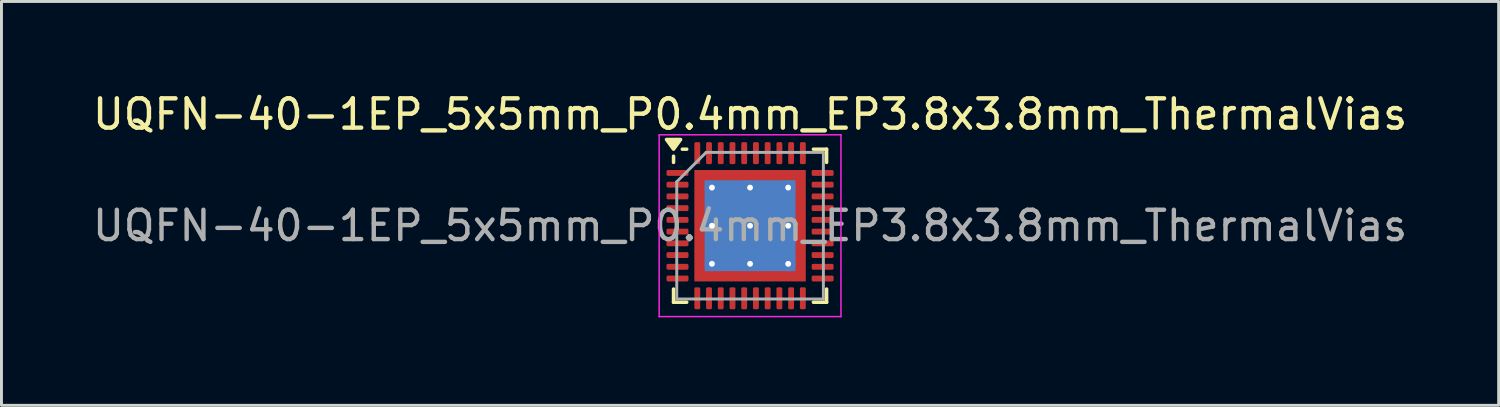
<source format=kicad_pcb>
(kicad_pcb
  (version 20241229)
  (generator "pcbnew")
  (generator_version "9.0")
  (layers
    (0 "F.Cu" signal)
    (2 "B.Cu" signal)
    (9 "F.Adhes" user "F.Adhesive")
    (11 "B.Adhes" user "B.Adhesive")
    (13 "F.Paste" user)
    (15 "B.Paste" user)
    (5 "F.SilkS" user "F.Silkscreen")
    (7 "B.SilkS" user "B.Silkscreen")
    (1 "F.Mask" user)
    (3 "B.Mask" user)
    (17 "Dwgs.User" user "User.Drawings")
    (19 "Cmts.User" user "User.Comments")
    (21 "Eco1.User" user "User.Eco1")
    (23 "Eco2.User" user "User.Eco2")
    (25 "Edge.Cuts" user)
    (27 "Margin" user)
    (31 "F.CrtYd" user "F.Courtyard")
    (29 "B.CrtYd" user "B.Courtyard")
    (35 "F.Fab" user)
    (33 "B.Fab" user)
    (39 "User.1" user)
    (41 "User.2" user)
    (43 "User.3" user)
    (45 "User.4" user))
  (footprint "UQFN-40-1EP_5x5mm_P0.4mm_EP3.8x3.8mm_ThermalVias"
    (layer "F.Cu")
    (at 22.53 4.648)
    (property "Reference" "UQFN-40-1EP_5x5mm_P0.4mm_EP3.8x3.8mm_ThermalVias" (at 0 -3.8 0) (layer "F.SilkS") (effects (font (size 1 1) (thickness 0.15))))
    (attr smd)
    (fp_line (start -2.61 -2.16) (end -2.61 -2.37) (stroke (width 0.12) (type solid)) (layer "F.SilkS"))
    (fp_line (start -2.61 2.61) (end -2.61 2.16) (stroke (width 0.12) (type solid)) (layer "F.SilkS"))
    (fp_line (start -2.16 -2.61) (end -2.31 -2.61) (stroke (width 0.12) (type solid)) (layer "F.SilkS"))
    (fp_line (start -2.16 2.61) (end -2.61 2.61) (stroke (width 0.12) (type solid)) (layer "F.SilkS"))
    (fp_line (start 2.16 -2.61) (end 2.61 -2.61) (stroke (width 0.12) (type solid)) (layer "F.SilkS"))
    (fp_line (start 2.16 2.61) (end 2.61 2.61) (stroke (width 0.12) (type solid)) (layer "F.SilkS"))
    (fp_line (start 2.61 -2.61) (end 2.61 -2.16) (stroke (width 0.12) (type solid)) (layer "F.SilkS"))
    (fp_line (start 2.61 2.61) (end 2.61 2.16) (stroke (width 0.12) (type solid)) (layer "F.SilkS"))
    (fp_poly (pts (xy -2.61 -2.61) (xy -2.85 -2.94) (xy -2.37 -2.94) (xy -2.61 -2.61)) (stroke (width 0.12) (type solid)) (fill yes) (layer "F.SilkS"))
    (fp_line (start -3.1 -3.1) (end -3.1 3.1) (stroke (width 0.05) (type solid)) (layer "F.CrtYd"))
    (fp_line (start -3.1 3.1) (end 3.1 3.1) (stroke (width 0.05) (type solid)) (layer "F.CrtYd"))
    (fp_line (start 3.1 -3.1) (end -3.1 -3.1) (stroke (width 0.05) (type solid)) (layer "F.CrtYd"))
    (fp_line (start 3.1 3.1) (end 3.1 -3.1) (stroke (width 0.05) (type solid)) (layer "F.CrtYd"))
    (fp_line (start -2.5 -1.5) (end -1.5 -2.5) (stroke (width 0.1) (type solid)) (layer "F.Fab"))
    (fp_line (start -2.5 2.5) (end -2.5 -1.5) (stroke (width 0.1) (type solid)) (layer "F.Fab"))
    (fp_line (start -1.5 -2.5) (end 2.5 -2.5) (stroke (width 0.1) (type solid)) (layer "F.Fab"))
    (fp_line (start 2.5 -2.5) (end 2.5 2.5) (stroke (width 0.1) (type solid)) (layer "F.Fab"))
    (fp_line (start 2.5 2.5) (end -2.5 2.5) (stroke (width 0.1) (type solid)) (layer "F.Fab"))
    (fp_text user "${REFERENCE}" (at 0 0 0) (layer "F.Fab") (effects (font (size 1 1) (thickness 0.15))))
    (pad "" smd custom (at -1.6 -1.6) (size 0.366 0.366) (layers "F.Paste") (options (anchor circle)) (primitives (gr_poly (pts (xy -0.124 -0.124) (xy 0.124 -0.124) (xy 0.124 0.026) (xy 0.026 0.124) (xy -0.124 0.124)) (width 0.236) (fill yes))))
    (pad "" smd custom (at -1.6 -0.65) (size 0.414 0.414) (layers "F.Paste") (options (anchor circle)) (primitives (gr_poly (pts (xy -0.172 -0.454) (xy 0.114 -0.454) (xy 0.172 -0.396) (xy 0.172 0.396) (xy 0.114 0.454) (xy -0.172 0.454)) (width 0.14) (fill yes))))
    (pad "" smd custom (at -1.6 0.65) (size 0.414 0.414) (layers "F.Paste") (options (anchor circle)) (primitives (gr_poly (pts (xy -0.172 -0.454) (xy 0.114 -0.454) (xy 0.172 -0.396) (xy 0.172 0.396) (xy 0.114 0.454) (xy -0.172 0.454)) (width 0.14) (fill yes))))
    (pad "" smd custom (at -1.6 1.6) (size 0.366 0.366) (layers "F.Paste") (options (anchor circle)) (primitives (gr_poly (pts (xy -0.124 -0.124) (xy 0.026 -0.124) (xy 0.124 -0.026) (xy 0.124 0.124) (xy -0.124 0.124)) (width 0.236) (fill yes))))
    (pad "" smd custom (at -0.65 -1.6) (size 0.414 0.414) (layers "F.Paste") (options (anchor circle)) (primitives (gr_poly (pts (xy -0.454 -0.172) (xy 0.454 -0.172) (xy 0.454 0.114) (xy 0.396 0.172) (xy -0.396 0.172) (xy -0.454 0.114)) (width 0.14) (fill yes))))
    (pad "" smd roundrect (at -0.65 -0.65) (size 1.048 1.048) (layers "F.Paste") (roundrect_rratio 0.239))
    (pad "" smd roundrect (at -0.65 0.65) (size 1.048 1.048) (layers "F.Paste") (roundrect_rratio 0.239))
    (pad "" smd custom (at -0.65 1.6) (size 0.414 0.414) (layers "F.Paste") (options (anchor circle)) (primitives (gr_poly (pts (xy -0.454 -0.114) (xy -0.396 -0.172) (xy 0.396 -0.172) (xy 0.454 -0.114) (xy 0.454 0.172) (xy -0.454 0.172)) (width 0.14) (fill yes))))
    (pad "" smd custom (at 0.65 -1.6) (size 0.414 0.414) (layers "F.Paste") (options (anchor circle)) (primitives (gr_poly (pts (xy -0.454 -0.172) (xy 0.454 -0.172) (xy 0.454 0.114) (xy 0.396 0.172) (xy -0.396 0.172) (xy -0.454 0.114)) (width 0.14) (fill yes))))
    (pad "" smd roundrect (at 0.65 -0.65) (size 1.048 1.048) (layers "F.Paste") (roundrect_rratio 0.239))
    (pad "" smd roundrect (at 0.65 0.65) (size 1.048 1.048) (layers "F.Paste") (roundrect_rratio 0.239))
    (pad "" smd custom (at 0.65 1.6) (size 0.414 0.414) (layers "F.Paste") (options (anchor circle)) (primitives (gr_poly (pts (xy -0.454 -0.114) (xy -0.396 -0.172) (xy 0.396 -0.172) (xy 0.454 -0.114) (xy 0.454 0.172) (xy -0.454 0.172)) (width 0.14) (fill yes))))
    (pad "" smd custom (at 1.6 -1.6) (size 0.366 0.366) (layers "F.Paste") (options (anchor circle)) (primitives (gr_poly (pts (xy -0.124 -0.124) (xy 0.124 -0.124) (xy 0.124 0.124) (xy -0.026 0.124) (xy -0.124 0.026)) (width 0.236) (fill yes))))
    (pad "" smd custom (at 1.6 -0.65) (size 0.414 0.414) (layers "F.Paste") (options (anchor circle)) (primitives (gr_poly (pts (xy -0.172 -0.396) (xy -0.114 -0.454) (xy 0.172 -0.454) (xy 0.172 0.454) (xy -0.114 0.454) (xy -0.172 0.396)) (width 0.14) (fill yes))))
    (pad "" smd custom (at 1.6 0.65) (size 0.414 0.414) (layers "F.Paste") (options (anchor circle)) (primitives (gr_poly (pts (xy -0.172 -0.396) (xy -0.114 -0.454) (xy 0.172 -0.454) (xy 0.172 0.454) (xy -0.114 0.454) (xy -0.172 0.396)) (width 0.14) (fill yes))))
    (pad "" smd custom (at 1.6 1.6) (size 0.366 0.366) (layers "F.Paste") (options (anchor circle)) (primitives (gr_poly (pts (xy -0.124 -0.026) (xy -0.026 -0.124) (xy 0.124 -0.124) (xy 0.124 0.124) (xy -0.124 0.124)) (width 0.236) (fill yes))))
    (pad "1" smd roundrect (at -2.475 -1.8) (size 0.75 0.2) (layers "F.Cu" "F.Mask" "F.Paste") (roundrect_rratio 0.25))
    (pad "2" smd roundrect (at -2.475 -1.4) (size 0.75 0.2) (layers "F.Cu" "F.Mask" "F.Paste") (roundrect_rratio 0.25))
    (pad "3" smd roundrect (at -2.475 -1) (size 0.75 0.2) (layers "F.Cu" "F.Mask" "F.Paste") (roundrect_rratio 0.25))
    (pad "4" smd roundrect (at -2.475 -0.6) (size 0.75 0.2) (layers "F.Cu" "F.Mask" "F.Paste") (roundrect_rratio 0.25))
    (pad "5" smd roundrect (at -2.475 -0.2) (size 0.75 0.2) (layers "F.Cu" "F.Mask" "F.Paste") (roundrect_rratio 0.25))
    (pad "6" smd roundrect (at -2.475 0.2) (size 0.75 0.2) (layers "F.Cu" "F.Mask" "F.Paste") (roundrect_rratio 0.25))
    (pad "7" smd roundrect (at -2.475 0.6) (size 0.75 0.2) (layers "F.Cu" "F.Mask" "F.Paste") (roundrect_rratio 0.25))
    (pad "8" smd roundrect (at -2.475 1) (size 0.75 0.2) (layers "F.Cu" "F.Mask" "F.Paste") (roundrect_rratio 0.25))
    (pad "9" smd roundrect (at -2.475 1.4) (size 0.75 0.2) (layers "F.Cu" "F.Mask" "F.Paste") (roundrect_rratio 0.25))
    (pad "10" smd roundrect (at -2.475 1.8) (size 0.75 0.2) (layers "F.Cu" "F.Mask" "F.Paste") (roundrect_rratio 0.25))
    (pad "11" smd roundrect (at -1.8 2.475) (size 0.2 0.75) (layers "F.Cu" "F.Mask" "F.Paste") (roundrect_rratio 0.25))
    (pad "12" smd roundrect (at -1.4 2.475) (size 0.2 0.75) (layers "F.Cu" "F.Mask" "F.Paste") (roundrect_rratio 0.25))
    (pad "13" smd roundrect (at -1 2.475) (size 0.2 0.75) (layers "F.Cu" "F.Mask" "F.Paste") (roundrect_rratio 0.25))
    (pad "14" smd roundrect (at -0.6 2.475) (size 0.2 0.75) (layers "F.Cu" "F.Mask" "F.Paste") (roundrect_rratio 0.25))
    (pad "15" smd roundrect (at -0.2 2.475) (size 0.2 0.75) (layers "F.Cu" "F.Mask" "F.Paste") (roundrect_rratio 0.25))
    (pad "16" smd roundrect (at 0.2 2.475) (size 0.2 0.75) (layers "F.Cu" "F.Mask" "F.Paste") (roundrect_rratio 0.25))
    (pad "17" smd roundrect (at 0.6 2.475) (size 0.2 0.75) (layers "F.Cu" "F.Mask" "F.Paste") (roundrect_rratio 0.25))
    (pad "18" smd roundrect (at 1 2.475) (size 0.2 0.75) (layers "F.Cu" "F.Mask" "F.Paste") (roundrect_rratio 0.25))
    (pad "19" smd roundrect (at 1.4 2.475) (size 0.2 0.75) (layers "F.Cu" "F.Mask" "F.Paste") (roundrect_rratio 0.25))
    (pad "20" smd roundrect (at 1.8 2.475) (size 0.2 0.75) (layers "F.Cu" "F.Mask" "F.Paste") (roundrect_rratio 0.25))
    (pad "21" smd roundrect (at 2.475 1.8) (size 0.75 0.2) (layers "F.Cu" "F.Mask" "F.Paste") (roundrect_rratio 0.25))
    (pad "22" smd roundrect (at 2.475 1.4) (size 0.75 0.2) (layers "F.Cu" "F.Mask" "F.Paste") (roundrect_rratio 0.25))
    (pad "23" smd roundrect (at 2.475 1) (size 0.75 0.2) (layers "F.Cu" "F.Mask" "F.Paste") (roundrect_rratio 0.25))
    (pad "24" smd roundrect (at 2.475 0.6) (size 0.75 0.2) (layers "F.Cu" "F.Mask" "F.Paste") (roundrect_rratio 0.25))
    (pad "25" smd roundrect (at 2.475 0.2) (size 0.75 0.2) (layers "F.Cu" "F.Mask" "F.Paste") (roundrect_rratio 0.25))
    (pad "26" smd roundrect (at 2.475 -0.2) (size 0.75 0.2) (layers "F.Cu" "F.Mask" "F.Paste") (roundrect_rratio 0.25))
    (pad "27" smd roundrect (at 2.475 -0.6) (size 0.75 0.2) (layers "F.Cu" "F.Mask" "F.Paste") (roundrect_rratio 0.25))
    (pad "28" smd roundrect (at 2.475 -1) (size 0.75 0.2) (layers "F.Cu" "F.Mask" "F.Paste") (roundrect_rratio 0.25))
    (pad "29" smd roundrect (at 2.475 -1.4) (size 0.75 0.2) (layers "F.Cu" "F.Mask" "F.Paste") (roundrect_rratio 0.25))
    (pad "30" smd roundrect (at 2.475 -1.8) (size 0.75 0.2) (layers "F.Cu" "F.Mask" "F.Paste") (roundrect_rratio 0.25))
    (pad "31" smd roundrect (at 1.8 -2.475) (size 0.2 0.75) (layers "F.Cu" "F.Mask" "F.Paste") (roundrect_rratio 0.25))
    (pad "32" smd roundrect (at 1.4 -2.475) (size 0.2 0.75) (layers "F.Cu" "F.Mask" "F.Paste") (roundrect_rratio 0.25))
    (pad "33" smd roundrect (at 1 -2.475) (size 0.2 0.75) (layers "F.Cu" "F.Mask" "F.Paste") (roundrect_rratio 0.25))
    (pad "34" smd roundrect (at 0.6 -2.475) (size 0.2 0.75) (layers "F.Cu" "F.Mask" "F.Paste") (roundrect_rratio 0.25))
    (pad "35" smd roundrect (at 0.2 -2.475) (size 0.2 0.75) (layers "F.Cu" "F.Mask" "F.Paste") (roundrect_rratio 0.25))
    (pad "36" smd roundrect (at -0.2 -2.475) (size 0.2 0.75) (layers "F.Cu" "F.Mask" "F.Paste") (roundrect_rratio 0.25))
    (pad "37" smd roundrect (at -0.6 -2.475) (size 0.2 0.75) (layers "F.Cu" "F.Mask" "F.Paste") (roundrect_rratio 0.25))
    (pad "38" smd roundrect (at -1 -2.475) (size 0.2 0.75) (layers "F.Cu" "F.Mask" "F.Paste") (roundrect_rratio 0.25))
    (pad "39" smd roundrect (at -1.4 -2.475) (size 0.2 0.75) (layers "F.Cu" "F.Mask" "F.Paste") (roundrect_rratio 0.25))
    (pad "40" smd roundrect (at -1.8 -2.475) (size 0.2 0.75) (layers "F.Cu" "F.Mask" "F.Paste") (roundrect_rratio 0.25))
    (pad "41" thru_hole circle (at -1.3 -1.3) (size 0.5 0.5) (drill 0.2) (property pad_prop_heatsink) (layers "*.Cu"))
    (pad "41" thru_hole circle (at -1.3 0) (size 0.5 0.5) (drill 0.2) (property pad_prop_heatsink) (layers "*.Cu"))
    (pad "41" thru_hole circle (at -1.3 1.3) (size 0.5 0.5) (drill 0.2) (property pad_prop_heatsink) (layers "*.Cu"))
    (pad "41" thru_hole circle (at 0 -1.3) (size 0.5 0.5) (drill 0.2) (property pad_prop_heatsink) (layers "*.Cu"))
    (pad "41" thru_hole circle (at 0 0) (size 0.5 0.5) (drill 0.2) (property pad_prop_heatsink) (layers "*.Cu"))
    (pad "41" smd rect (at 0 0) (size 3.1 3.1) (property pad_prop_heatsink) (layers "B.Cu"))
    (pad "41" smd rect (at 0 0) (size 3.8 3.8) (property pad_prop_heatsink) (layers "F.Cu" "F.Mask"))
    (pad "41" thru_hole circle (at 0 1.3) (size 0.5 0.5) (drill 0.2) (property pad_prop_heatsink) (layers "*.Cu"))
    (pad "41" thru_hole circle (at 1.3 -1.3) (size 0.5 0.5) (drill 0.2) (property pad_prop_heatsink) (layers "*.Cu"))
    (pad "41" thru_hole circle (at 1.3 0) (size 0.5 0.5) (drill 0.2) (property pad_prop_heatsink) (layers "*.Cu"))
    (pad "41" thru_hole circle (at 1.3 1.3) (size 0.5 0.5) (drill 0.2) (property pad_prop_heatsink) (layers "*.Cu")))
  (gr_rect
    (start -3 -3)
    (end 48.06 10.773)
    (stroke (width 0.1) (type default))
    (fill no)
    (layer "Edge.Cuts")))
</source>
